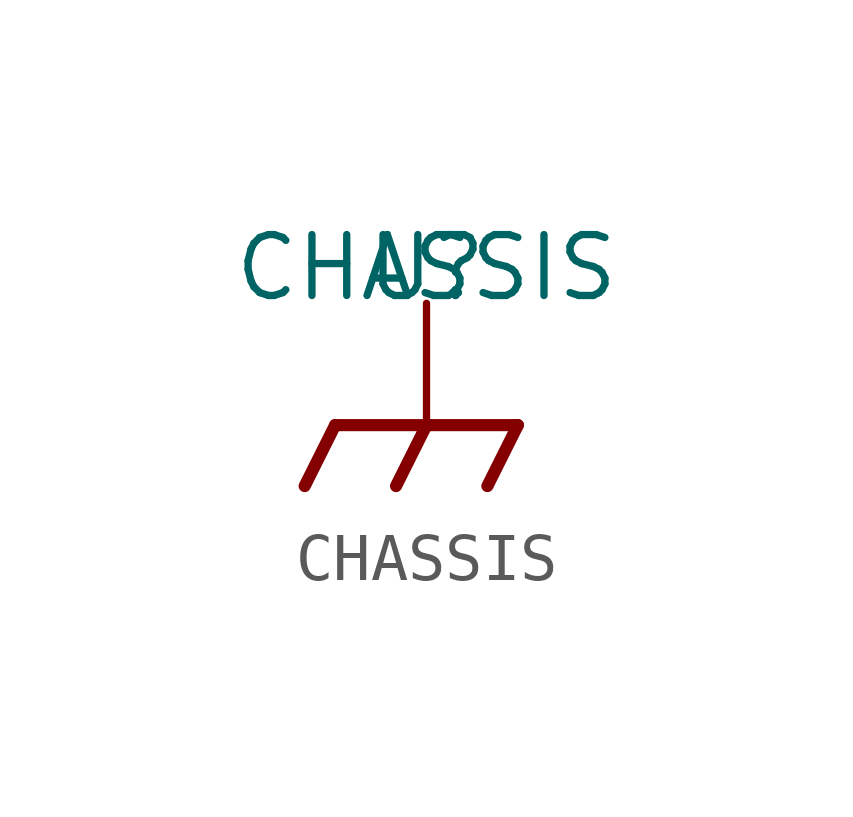
<source format=kicad_sym>
(kicad_symbol_lib
  (version 20211014)
  (generator kicad_symbol_editor)
  (symbol "CHASSIS"
    (pin_names
      (offset 1.016))
    (property "Reference" "U"
      (at 0 0 0)
      (effects (font (size 1.27 1.27)) (justify bottom)))
    (property "Value" "CHASSIS"
      (at 0 0.0 0)
      (effects (font (size 1.27 1.27)) (justify bottom)))
    (symbol "CHASSIS_0_0"
      (polyline (pts (xy 0.0 -2.54) (xy -1.905 -2.54)) (stroke (width 0.254)))
      (polyline (pts (xy 0.0 -2.54) (xy 1.905 -2.54)) (stroke (width 0.254)))
      (polyline (pts (xy -1.905 -2.54) (xy -2.54 -3.81)) (stroke (width 0.254)))
      (polyline (pts (xy 0.0 -2.54) (xy -0.635 -3.81)) (stroke (width 0.254)))
      (polyline (pts (xy 1.905 -2.54) (xy 1.27 -3.81)) (stroke (width 0.254)))
      (pin power_in line (at 0.0 0.0 270.0) (length 2.54) (name "~" (effects (font (size 1.016 1.016)))) (number "~" (effects (font (size 1.016 1.016))))))))
</source>
